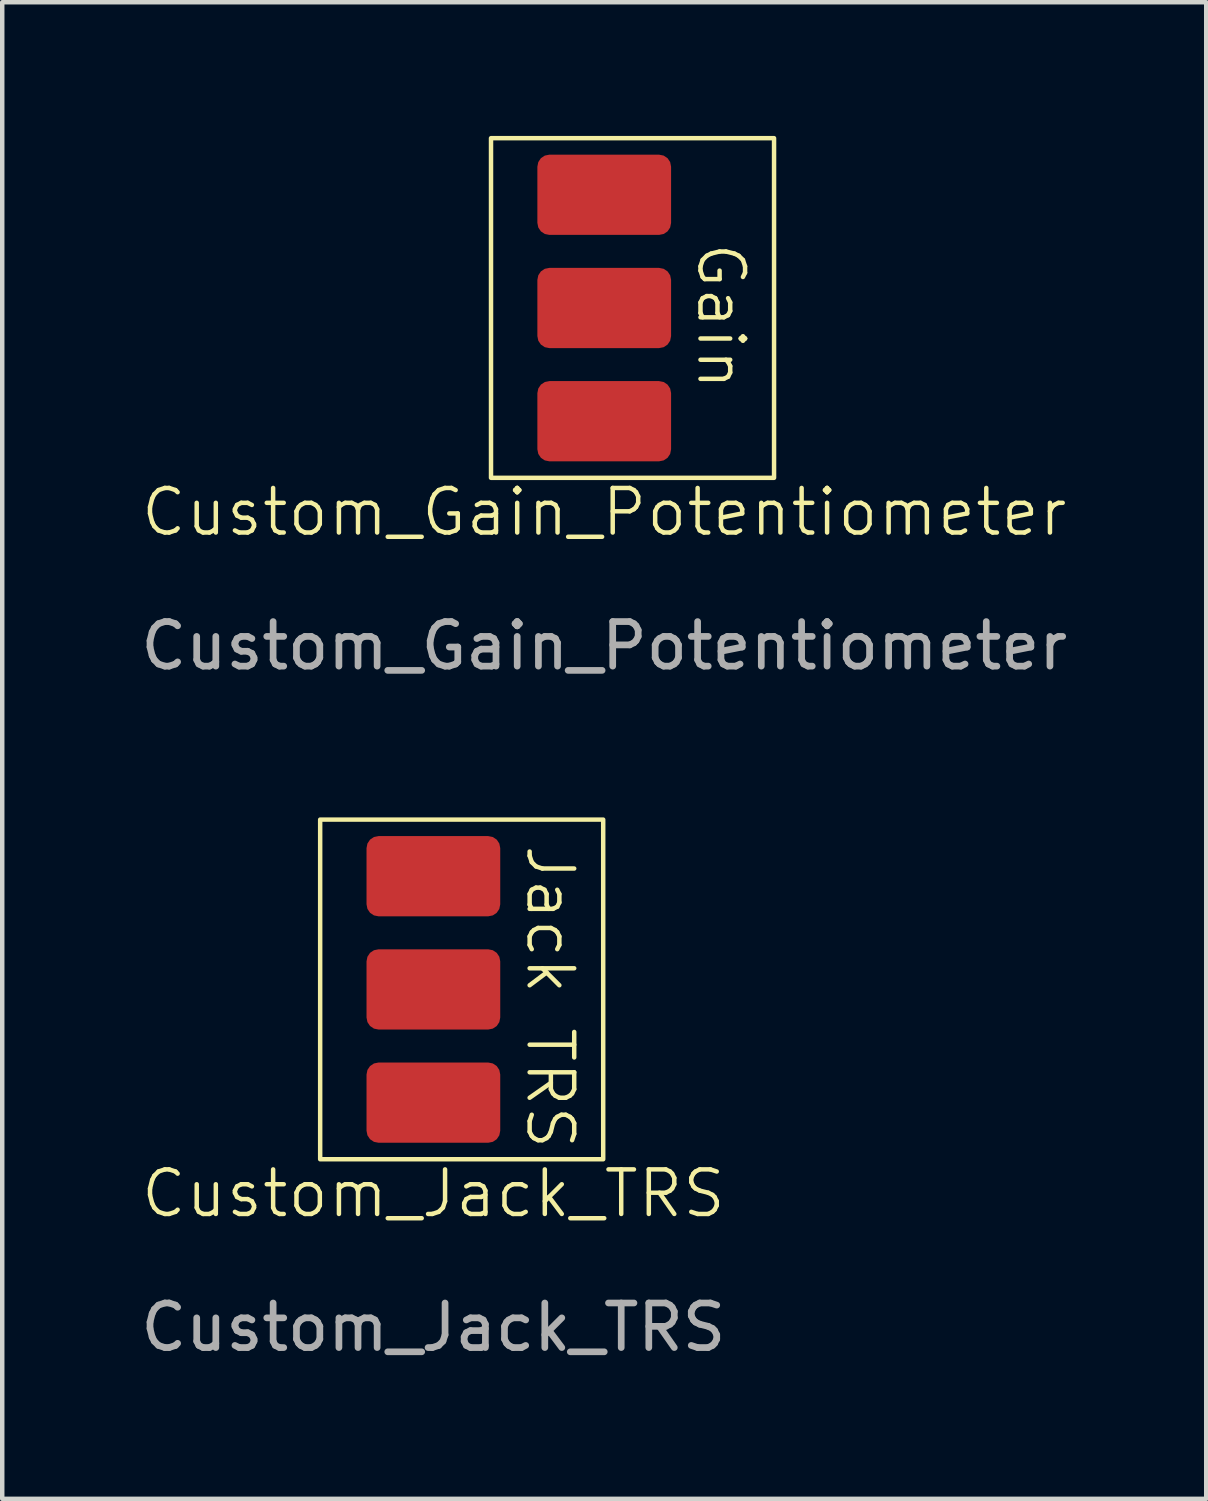
<source format=kicad_pcb>
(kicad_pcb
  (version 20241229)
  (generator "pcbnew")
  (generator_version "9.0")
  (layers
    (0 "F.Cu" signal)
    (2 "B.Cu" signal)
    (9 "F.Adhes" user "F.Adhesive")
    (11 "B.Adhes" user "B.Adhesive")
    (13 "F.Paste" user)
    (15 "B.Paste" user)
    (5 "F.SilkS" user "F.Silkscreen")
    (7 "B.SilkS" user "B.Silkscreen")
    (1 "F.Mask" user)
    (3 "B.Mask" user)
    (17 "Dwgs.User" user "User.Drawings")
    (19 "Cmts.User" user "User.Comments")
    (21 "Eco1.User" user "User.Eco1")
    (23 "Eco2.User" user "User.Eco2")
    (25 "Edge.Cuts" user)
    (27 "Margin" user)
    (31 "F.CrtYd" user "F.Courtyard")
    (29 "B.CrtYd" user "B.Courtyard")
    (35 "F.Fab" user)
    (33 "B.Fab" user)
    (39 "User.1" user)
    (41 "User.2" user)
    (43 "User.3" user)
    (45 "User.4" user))
  (footprint "Custom_Jack_TRS"
    (layer "F.Cu")
    (at 6.673 24.228)
    (property "Reference" "Custom_Jack_TRS" (at 0 -0.5 0) (unlocked yes) (layer "F.SilkS") (effects (font (size 1 1) (thickness 0.1))))
    (attr smd)
    (fp_rect (start -2.54 -8.89) (end 3.81 -1.27) (stroke (width 0.1) (type default)) (fill no) (layer "F.SilkS"))
    (fp_text user "Jack TRS" (at 2.032 -8.382 270) (unlocked yes) (layer "F.SilkS") (effects (font (size 1 1) (thickness 0.1)) (justify left bottom)))
    (fp_text user "${REFERENCE}" (at 0 2.5 0) (unlocked yes) (layer "F.Fab") (effects (font (size 1 1) (thickness 0.15))))
    (pad "R" smd roundrect (at 0 -5.08) (size 3 1.8) (layers "F.Cu" "F.Mask" "F.Paste") (roundrect_rratio 0.15))
    (pad "S" smd roundrect (at 0 -2.54) (size 3 1.8) (layers "F.Cu" "F.Mask" "F.Paste") (roundrect_rratio 0.15))
    (pad "T" smd roundrect (at 0 -7.62) (size 3 1.8) (layers "F.Cu" "F.Mask" "F.Paste") (roundrect_rratio 0.15)))
  (footprint "Custom_Gain_Potentiometer"
    (layer "F.Cu")
    (at 10.506 8.94)
    (property "Reference" "Custom_Gain_Potentiometer" (at 0 -0.5 0) (unlocked yes) (layer "F.SilkS") (effects (font (size 1 1) (thickness 0.1))))
    (attr smd)
    (fp_rect (start -2.54 -8.89) (end 3.81 -1.27) (stroke (width 0.1) (type default)) (fill no) (layer "F.SilkS"))
    (fp_text user "Gain" (at 2.032 -6.604 270) (unlocked yes) (layer "F.SilkS") (effects (font (size 1 1) (thickness 0.1)) (justify left bottom)))
    (fp_text user "${REFERENCE}" (at 0 2.5 0) (unlocked yes) (layer "F.Fab") (effects (font (size 1 1) (thickness 0.15))))
    (pad "1" smd roundrect (at 0 -7.62) (size 3 1.8) (layers "F.Cu" "F.Mask" "F.Paste") (roundrect_rratio 0.15))
    (pad "2" smd roundrect (at 0 -5.08) (size 3 1.8) (layers "F.Cu" "F.Mask" "F.Paste") (roundrect_rratio 0.15))
    (pad "3" smd roundrect (at 0 -2.54) (size 3 1.8) (layers "F.Cu" "F.Mask" "F.Paste") (roundrect_rratio 0.15)))
  (gr_rect
    (start -3 -3)
    (end 24.012 30.576)
    (stroke (width 0.1) (type default))
    (fill no)
    (layer "Edge.Cuts")))
</source>
